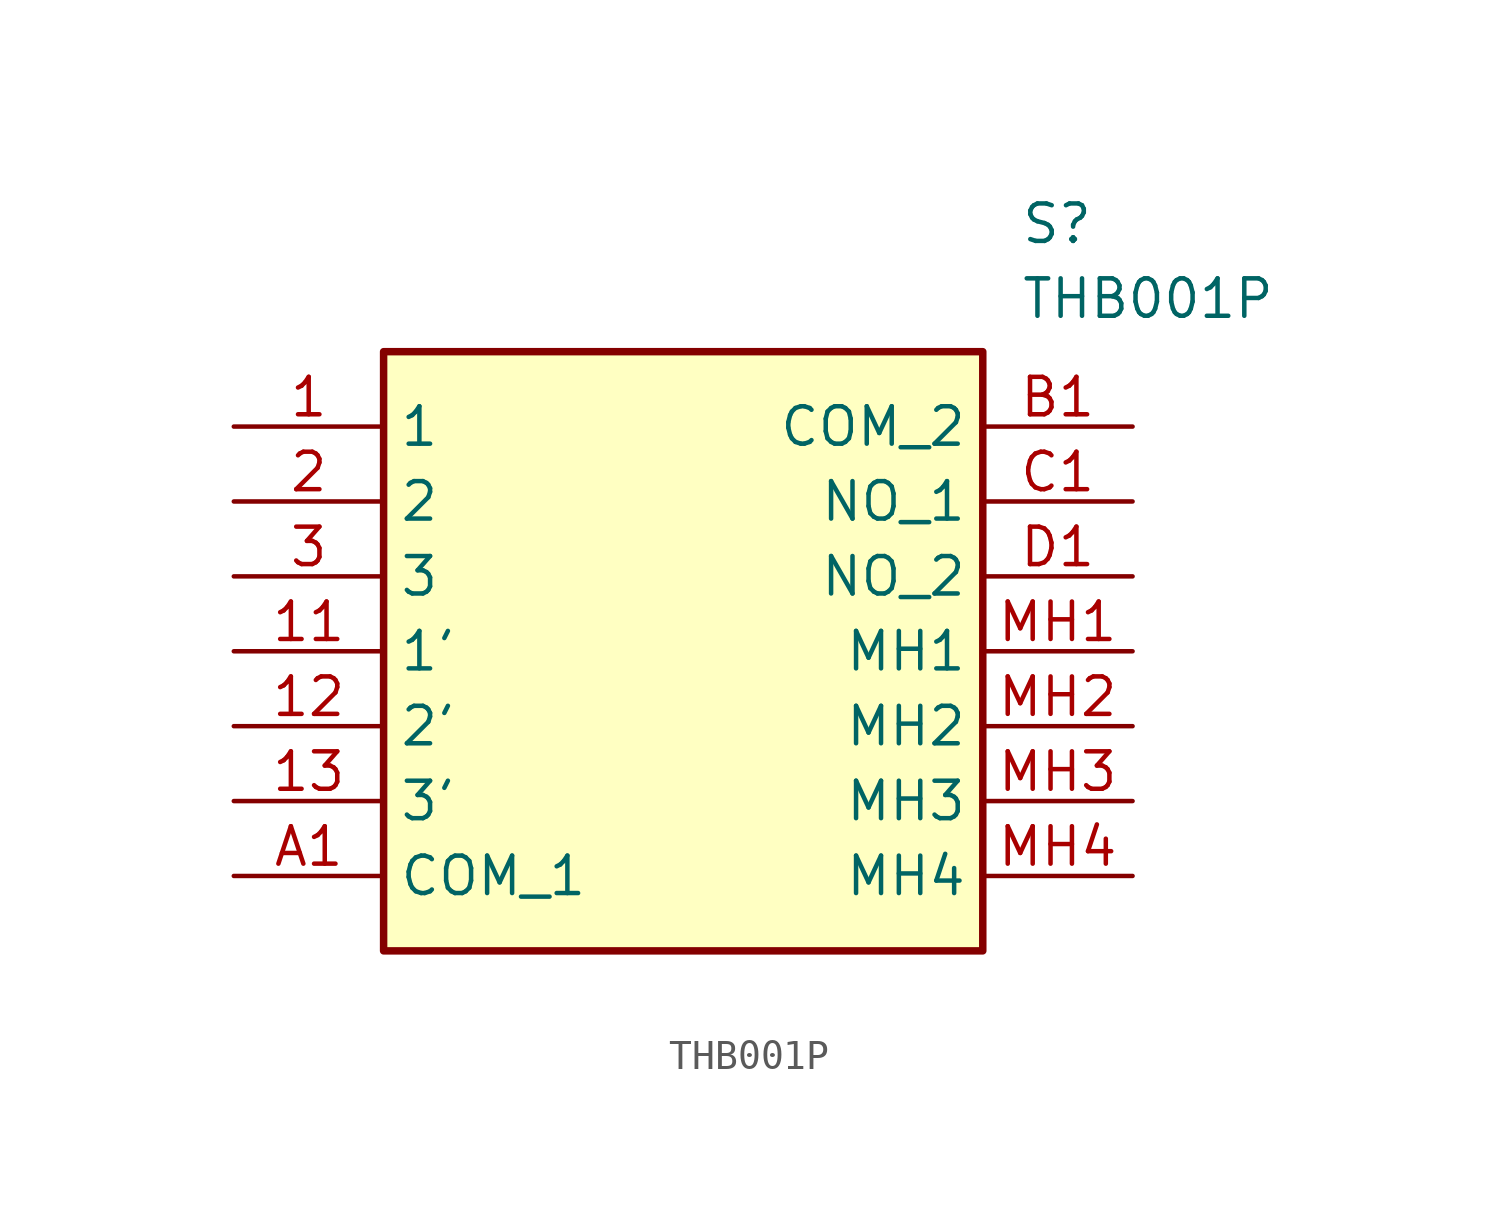
<source format=kicad_sym>
(kicad_symbol_lib
  (version 20211014)
  (generator SamacSys_ECAD_Model)
  (symbol "THB001P"
    (property "Reference" "S"
      (at 26.67 7.62 0)
      (effects (font (size 1.27 1.27)) (justify left top)))
    (property "Value" "THB001P"
      (at 26.67 5.08 0)
      (effects (font (size 1.27 1.27)) (justify left top)))
    (rectangle
      (start 5.08 2.54)
      (end 25.4 -17.78)
      (stroke (width 0.254) (type default))
      (fill (type background)))
    (pin passive line
      (at 0 0 0)
      (length 5.08)
      (name "1" (effects (font (size 1.27 1.27))))
      (number "1" (effects (font (size 1.27 1.27)))))
    (pin passive line
      (at 0 -2.54 0)
      (length 5.08)
      (name "2" (effects (font (size 1.27 1.27))))
      (number "2" (effects (font (size 1.27 1.27)))))
    (pin passive line
      (at 0 -5.08 0)
      (length 5.08)
      (name "3" (effects (font (size 1.27 1.27))))
      (number "3" (effects (font (size 1.27 1.27)))))
    (pin passive line
      (at 0 -7.62 0)
      (length 5.08)
      (name "1'" (effects (font (size 1.27 1.27))))
      (number "11" (effects (font (size 1.27 1.27)))))
    (pin passive line
      (at 0 -10.16 0)
      (length 5.08)
      (name "2'" (effects (font (size 1.27 1.27))))
      (number "12" (effects (font (size 1.27 1.27)))))
    (pin passive line
      (at 0 -12.7 0)
      (length 5.08)
      (name "3'" (effects (font (size 1.27 1.27))))
      (number "13" (effects (font (size 1.27 1.27)))))
    (pin passive line
      (at 0 -15.24 0)
      (length 5.08)
      (name "COM_1" (effects (font (size 1.27 1.27))))
      (number "A1" (effects (font (size 1.27 1.27)))))
    (pin passive line
      (at 30.48 0 180)
      (length 5.08)
      (name "COM_2" (effects (font (size 1.27 1.27))))
      (number "B1" (effects (font (size 1.27 1.27)))))
    (pin passive line
      (at 30.48 -2.54 180)
      (length 5.08)
      (name "NO_1" (effects (font (size 1.27 1.27))))
      (number "C1" (effects (font (size 1.27 1.27)))))
    (pin passive line
      (at 30.48 -5.08 180)
      (length 5.08)
      (name "NO_2" (effects (font (size 1.27 1.27))))
      (number "D1" (effects (font (size 1.27 1.27)))))
    (pin passive line
      (at 30.48 -7.62 180)
      (length 5.08)
      (name "MH1" (effects (font (size 1.27 1.27))))
      (number "MH1" (effects (font (size 1.27 1.27)))))
    (pin passive line
      (at 30.48 -10.16 180)
      (length 5.08)
      (name "MH2" (effects (font (size 1.27 1.27))))
      (number "MH2" (effects (font (size 1.27 1.27)))))
    (pin passive line
      (at 30.48 -12.7 180)
      (length 5.08)
      (name "MH3" (effects (font (size 1.27 1.27))))
      (number "MH3" (effects (font (size 1.27 1.27)))))
    (pin passive line
      (at 30.48 -15.24 180)
      (length 5.08)
      (name "MH4" (effects (font (size 1.27 1.27))))
      (number "MH4" (effects (font (size 1.27 1.27)))))))
</source>
